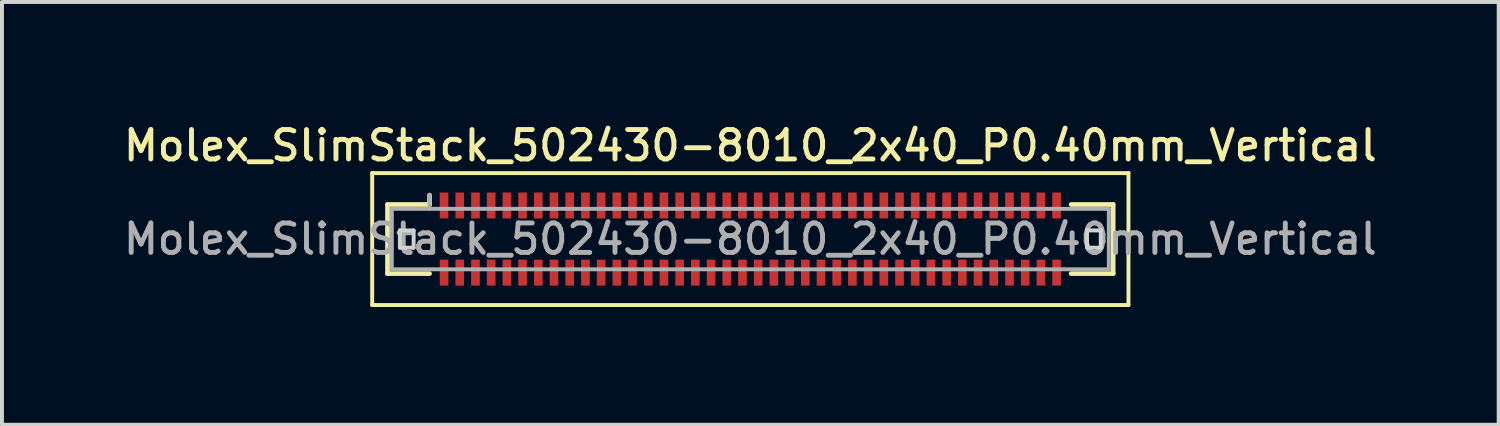
<source format=kicad_pcb>
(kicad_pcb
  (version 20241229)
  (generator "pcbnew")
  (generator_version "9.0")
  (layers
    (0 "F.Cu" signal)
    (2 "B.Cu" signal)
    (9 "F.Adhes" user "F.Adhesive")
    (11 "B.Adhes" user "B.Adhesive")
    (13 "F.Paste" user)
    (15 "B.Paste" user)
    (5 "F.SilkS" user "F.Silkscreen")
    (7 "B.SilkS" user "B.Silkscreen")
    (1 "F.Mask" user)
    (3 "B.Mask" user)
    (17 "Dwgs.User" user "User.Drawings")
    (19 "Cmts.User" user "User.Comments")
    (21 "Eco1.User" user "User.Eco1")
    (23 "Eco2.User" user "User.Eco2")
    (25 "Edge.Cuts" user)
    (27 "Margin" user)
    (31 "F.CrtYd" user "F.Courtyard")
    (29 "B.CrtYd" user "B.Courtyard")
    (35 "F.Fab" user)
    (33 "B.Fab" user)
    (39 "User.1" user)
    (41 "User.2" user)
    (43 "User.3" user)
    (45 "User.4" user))
  (footprint "Molex_SlimStack_502430-8010_2x40_P0.40mm_Vertical"
    (layer "F.Cu")
    (at 16.059 3.038)
    (property "Reference" "Molex_SlimStack_502430-8010_2x40_P0.40mm_Vertical" (at 0 -2.38 0) (layer "F.SilkS") (effects (font (size 0.75 0.75) (thickness 0.125))))
    (attr smd)
    (fp_line (start -9.63 -1.68) (end -9.63 1.68) (stroke (width 0.1) (type solid)) (layer "F.SilkS"))
    (fp_line (start -9.63 1.68) (end 9.63 1.68) (stroke (width 0.1) (type solid)) (layer "F.SilkS"))
    (fp_line (start -9.24 -0.88) (end -8.17 -0.88) (stroke (width 0.12) (type solid)) (layer "F.SilkS"))
    (fp_line (start -9.24 0.88) (end -9.24 -0.88) (stroke (width 0.12) (type solid)) (layer "F.SilkS"))
    (fp_line (start -8.17 -0.88) (end -8.17 -1.12) (stroke (width 0.12) (type solid)) (layer "F.SilkS"))
    (fp_line (start -8.17 0.88) (end -9.24 0.88) (stroke (width 0.12) (type solid)) (layer "F.SilkS"))
    (fp_line (start 8.17 0.88) (end 9.24 0.88) (stroke (width 0.12) (type solid)) (layer "F.SilkS"))
    (fp_line (start 9.24 -0.88) (end 8.17 -0.88) (stroke (width 0.12) (type solid)) (layer "F.SilkS"))
    (fp_line (start 9.24 0.88) (end 9.24 -0.88) (stroke (width 0.12) (type solid)) (layer "F.SilkS"))
    (fp_line (start 9.63 -1.68) (end -9.63 -1.68) (stroke (width 0.1) (type solid)) (layer "F.SilkS"))
    (fp_line (start 9.63 1.68) (end 9.63 -1.68) (stroke (width 0.1) (type solid)) (layer "F.SilkS"))
    (fp_line (start -8.925 -0.22) (end -8.925 0.22) (stroke (width 0.1) (type solid)) (layer "Edge.Cuts"))
    (fp_line (start -8.925 0.22) (end -8.575 0.22) (stroke (width 0.1) (type solid)) (layer "Edge.Cuts"))
    (fp_line (start -8.575 -0.22) (end -8.925 -0.22) (stroke (width 0.1) (type solid)) (layer "Edge.Cuts"))
    (fp_line (start -8.575 0.22) (end -8.575 -0.22) (stroke (width 0.1) (type solid)) (layer "Edge.Cuts"))
    (fp_line (start 8.575 -0.22) (end 8.575 0.22) (stroke (width 0.1) (type solid)) (layer "Edge.Cuts"))
    (fp_line (start 8.575 0.22) (end 8.925 0.22) (stroke (width 0.1) (type solid)) (layer "Edge.Cuts"))
    (fp_line (start 8.925 -0.22) (end 8.575 -0.22) (stroke (width 0.1) (type solid)) (layer "Edge.Cuts"))
    (fp_line (start 8.925 0.22) (end 8.925 -0.22) (stroke (width 0.1) (type solid)) (layer "Edge.Cuts"))
    (fp_line (start -9.13 -0.77) (end -9.13 0.77) (stroke (width 0.1) (type solid)) (layer "F.Fab"))
    (fp_line (start -9.13 0.77) (end 9.13 0.77) (stroke (width 0.1) (type solid)) (layer "F.Fab"))
    (fp_line (start -8.17 -0.77) (end -8.17 -1.12) (stroke (width 0.1) (type solid)) (layer "F.Fab"))
    (fp_line (start 9.13 -0.77) (end -9.13 -0.77) (stroke (width 0.1) (type solid)) (layer "F.Fab"))
    (fp_line (start 9.13 0.77) (end 9.13 -0.77) (stroke (width 0.1) (type solid)) (layer "F.Fab"))
    (fp_text user "${REFERENCE}" (at 0 0 0) (layer "F.Fab") (effects (font (size 0.75 0.75) (thickness 0.125))))
    (pad "1" smd rect (at -7.8 -0.855) (size 0.22 0.66) (layers "F.Cu" "F.Mask" "F.Paste"))
    (pad "2" smd rect (at -7.8 0.855) (size 0.22 0.66) (layers "F.Cu" "F.Mask" "F.Paste"))
    (pad "3" smd rect (at -7.4 -0.855) (size 0.22 0.66) (layers "F.Cu" "F.Mask" "F.Paste"))
    (pad "4" smd rect (at -7.4 0.855) (size 0.22 0.66) (layers "F.Cu" "F.Mask" "F.Paste"))
    (pad "5" smd rect (at -7 -0.855) (size 0.22 0.66) (layers "F.Cu" "F.Mask" "F.Paste"))
    (pad "6" smd rect (at -7 0.855) (size 0.22 0.66) (layers "F.Cu" "F.Mask" "F.Paste"))
    (pad "7" smd rect (at -6.6 -0.855) (size 0.22 0.66) (layers "F.Cu" "F.Mask" "F.Paste"))
    (pad "8" smd rect (at -6.6 0.855) (size 0.22 0.66) (layers "F.Cu" "F.Mask" "F.Paste"))
    (pad "9" smd rect (at -6.2 -0.855) (size 0.22 0.66) (layers "F.Cu" "F.Mask" "F.Paste"))
    (pad "10" smd rect (at -6.2 0.855) (size 0.22 0.66) (layers "F.Cu" "F.Mask" "F.Paste"))
    (pad "11" smd rect (at -5.8 -0.855) (size 0.22 0.66) (layers "F.Cu" "F.Mask" "F.Paste"))
    (pad "12" smd rect (at -5.8 0.855) (size 0.22 0.66) (layers "F.Cu" "F.Mask" "F.Paste"))
    (pad "13" smd rect (at -5.4 -0.855) (size 0.22 0.66) (layers "F.Cu" "F.Mask" "F.Paste"))
    (pad "14" smd rect (at -5.4 0.855) (size 0.22 0.66) (layers "F.Cu" "F.Mask" "F.Paste"))
    (pad "15" smd rect (at -5 -0.855) (size 0.22 0.66) (layers "F.Cu" "F.Mask" "F.Paste"))
    (pad "16" smd rect (at -5 0.855) (size 0.22 0.66) (layers "F.Cu" "F.Mask" "F.Paste"))
    (pad "17" smd rect (at -4.6 -0.855) (size 0.22 0.66) (layers "F.Cu" "F.Mask" "F.Paste"))
    (pad "18" smd rect (at -4.6 0.855) (size 0.22 0.66) (layers "F.Cu" "F.Mask" "F.Paste"))
    (pad "19" smd rect (at -4.2 -0.855) (size 0.22 0.66) (layers "F.Cu" "F.Mask" "F.Paste"))
    (pad "20" smd rect (at -4.2 0.855) (size 0.22 0.66) (layers "F.Cu" "F.Mask" "F.Paste"))
    (pad "21" smd rect (at -3.8 -0.855) (size 0.22 0.66) (layers "F.Cu" "F.Mask" "F.Paste"))
    (pad "22" smd rect (at -3.8 0.855) (size 0.22 0.66) (layers "F.Cu" "F.Mask" "F.Paste"))
    (pad "23" smd rect (at -3.4 -0.855) (size 0.22 0.66) (layers "F.Cu" "F.Mask" "F.Paste"))
    (pad "24" smd rect (at -3.4 0.855) (size 0.22 0.66) (layers "F.Cu" "F.Mask" "F.Paste"))
    (pad "25" smd rect (at -3 -0.855) (size 0.22 0.66) (layers "F.Cu" "F.Mask" "F.Paste"))
    (pad "26" smd rect (at -3 0.855) (size 0.22 0.66) (layers "F.Cu" "F.Mask" "F.Paste"))
    (pad "27" smd rect (at -2.6 -0.855) (size 0.22 0.66) (layers "F.Cu" "F.Mask" "F.Paste"))
    (pad "28" smd rect (at -2.6 0.855) (size 0.22 0.66) (layers "F.Cu" "F.Mask" "F.Paste"))
    (pad "29" smd rect (at -2.2 -0.855) (size 0.22 0.66) (layers "F.Cu" "F.Mask" "F.Paste"))
    (pad "30" smd rect (at -2.2 0.855) (size 0.22 0.66) (layers "F.Cu" "F.Mask" "F.Paste"))
    (pad "31" smd rect (at -1.8 -0.855) (size 0.22 0.66) (layers "F.Cu" "F.Mask" "F.Paste"))
    (pad "32" smd rect (at -1.8 0.855) (size 0.22 0.66) (layers "F.Cu" "F.Mask" "F.Paste"))
    (pad "33" smd rect (at -1.4 -0.855) (size 0.22 0.66) (layers "F.Cu" "F.Mask" "F.Paste"))
    (pad "34" smd rect (at -1.4 0.855) (size 0.22 0.66) (layers "F.Cu" "F.Mask" "F.Paste"))
    (pad "35" smd rect (at -1 -0.855) (size 0.22 0.66) (layers "F.Cu" "F.Mask" "F.Paste"))
    (pad "36" smd rect (at -1 0.855) (size 0.22 0.66) (layers "F.Cu" "F.Mask" "F.Paste"))
    (pad "37" smd rect (at -0.6 -0.855) (size 0.22 0.66) (layers "F.Cu" "F.Mask" "F.Paste"))
    (pad "38" smd rect (at -0.6 0.855) (size 0.22 0.66) (layers "F.Cu" "F.Mask" "F.Paste"))
    (pad "39" smd rect (at -0.2 -0.855) (size 0.22 0.66) (layers "F.Cu" "F.Mask" "F.Paste"))
    (pad "40" smd rect (at -0.2 0.855) (size 0.22 0.66) (layers "F.Cu" "F.Mask" "F.Paste"))
    (pad "41" smd rect (at 0.2 -0.855) (size 0.22 0.66) (layers "F.Cu" "F.Mask" "F.Paste"))
    (pad "42" smd rect (at 0.2 0.855) (size 0.22 0.66) (layers "F.Cu" "F.Mask" "F.Paste"))
    (pad "43" smd rect (at 0.6 -0.855) (size 0.22 0.66) (layers "F.Cu" "F.Mask" "F.Paste"))
    (pad "44" smd rect (at 0.6 0.855) (size 0.22 0.66) (layers "F.Cu" "F.Mask" "F.Paste"))
    (pad "45" smd rect (at 1 -0.855) (size 0.22 0.66) (layers "F.Cu" "F.Mask" "F.Paste"))
    (pad "46" smd rect (at 1 0.855) (size 0.22 0.66) (layers "F.Cu" "F.Mask" "F.Paste"))
    (pad "47" smd rect (at 1.4 -0.855) (size 0.22 0.66) (layers "F.Cu" "F.Mask" "F.Paste"))
    (pad "48" smd rect (at 1.4 0.855) (size 0.22 0.66) (layers "F.Cu" "F.Mask" "F.Paste"))
    (pad "49" smd rect (at 1.8 -0.855) (size 0.22 0.66) (layers "F.Cu" "F.Mask" "F.Paste"))
    (pad "50" smd rect (at 1.8 0.855) (size 0.22 0.66) (layers "F.Cu" "F.Mask" "F.Paste"))
    (pad "51" smd rect (at 2.2 -0.855) (size 0.22 0.66) (layers "F.Cu" "F.Mask" "F.Paste"))
    (pad "52" smd rect (at 2.2 0.855) (size 0.22 0.66) (layers "F.Cu" "F.Mask" "F.Paste"))
    (pad "53" smd rect (at 2.6 -0.855) (size 0.22 0.66) (layers "F.Cu" "F.Mask" "F.Paste"))
    (pad "54" smd rect (at 2.6 0.855) (size 0.22 0.66) (layers "F.Cu" "F.Mask" "F.Paste"))
    (pad "55" smd rect (at 3 -0.855) (size 0.22 0.66) (layers "F.Cu" "F.Mask" "F.Paste"))
    (pad "56" smd rect (at 3 0.855) (size 0.22 0.66) (layers "F.Cu" "F.Mask" "F.Paste"))
    (pad "57" smd rect (at 3.4 -0.855) (size 0.22 0.66) (layers "F.Cu" "F.Mask" "F.Paste"))
    (pad "58" smd rect (at 3.4 0.855) (size 0.22 0.66) (layers "F.Cu" "F.Mask" "F.Paste"))
    (pad "59" smd rect (at 3.8 -0.855) (size 0.22 0.66) (layers "F.Cu" "F.Mask" "F.Paste"))
    (pad "60" smd rect (at 3.8 0.855) (size 0.22 0.66) (layers "F.Cu" "F.Mask" "F.Paste"))
    (pad "61" smd rect (at 4.2 -0.855) (size 0.22 0.66) (layers "F.Cu" "F.Mask" "F.Paste"))
    (pad "62" smd rect (at 4.2 0.855) (size 0.22 0.66) (layers "F.Cu" "F.Mask" "F.Paste"))
    (pad "63" smd rect (at 4.6 -0.855) (size 0.22 0.66) (layers "F.Cu" "F.Mask" "F.Paste"))
    (pad "64" smd rect (at 4.6 0.855) (size 0.22 0.66) (layers "F.Cu" "F.Mask" "F.Paste"))
    (pad "65" smd rect (at 5 -0.855) (size 0.22 0.66) (layers "F.Cu" "F.Mask" "F.Paste"))
    (pad "66" smd rect (at 5 0.855) (size 0.22 0.66) (layers "F.Cu" "F.Mask" "F.Paste"))
    (pad "67" smd rect (at 5.4 -0.855) (size 0.22 0.66) (layers "F.Cu" "F.Mask" "F.Paste"))
    (pad "68" smd rect (at 5.4 0.855) (size 0.22 0.66) (layers "F.Cu" "F.Mask" "F.Paste"))
    (pad "69" smd rect (at 5.8 -0.855) (size 0.22 0.66) (layers "F.Cu" "F.Mask" "F.Paste"))
    (pad "70" smd rect (at 5.8 0.855) (size 0.22 0.66) (layers "F.Cu" "F.Mask" "F.Paste"))
    (pad "71" smd rect (at 6.2 -0.855) (size 0.22 0.66) (layers "F.Cu" "F.Mask" "F.Paste"))
    (pad "72" smd rect (at 6.2 0.855) (size 0.22 0.66) (layers "F.Cu" "F.Mask" "F.Paste"))
    (pad "73" smd rect (at 6.6 -0.855) (size 0.22 0.66) (layers "F.Cu" "F.Mask" "F.Paste"))
    (pad "74" smd rect (at 6.6 0.855) (size 0.22 0.66) (layers "F.Cu" "F.Mask" "F.Paste"))
    (pad "75" smd rect (at 7 -0.855) (size 0.22 0.66) (layers "F.Cu" "F.Mask" "F.Paste"))
    (pad "76" smd rect (at 7 0.855) (size 0.22 0.66) (layers "F.Cu" "F.Mask" "F.Paste"))
    (pad "77" smd rect (at 7.4 -0.855) (size 0.22 0.66) (layers "F.Cu" "F.Mask" "F.Paste"))
    (pad "78" smd rect (at 7.4 0.855) (size 0.22 0.66) (layers "F.Cu" "F.Mask" "F.Paste"))
    (pad "79" smd rect (at 7.8 -0.855) (size 0.22 0.66) (layers "F.Cu" "F.Mask" "F.Paste"))
    (pad "80" smd rect (at 7.8 0.855) (size 0.22 0.66) (layers "F.Cu" "F.Mask" "F.Paste")))
  (gr_rect
    (start -3 -3)
    (end 35.118 7.768)
    (stroke (width 0.1) (type default))
    (fill no)
    (layer "Edge.Cuts")))
</source>
